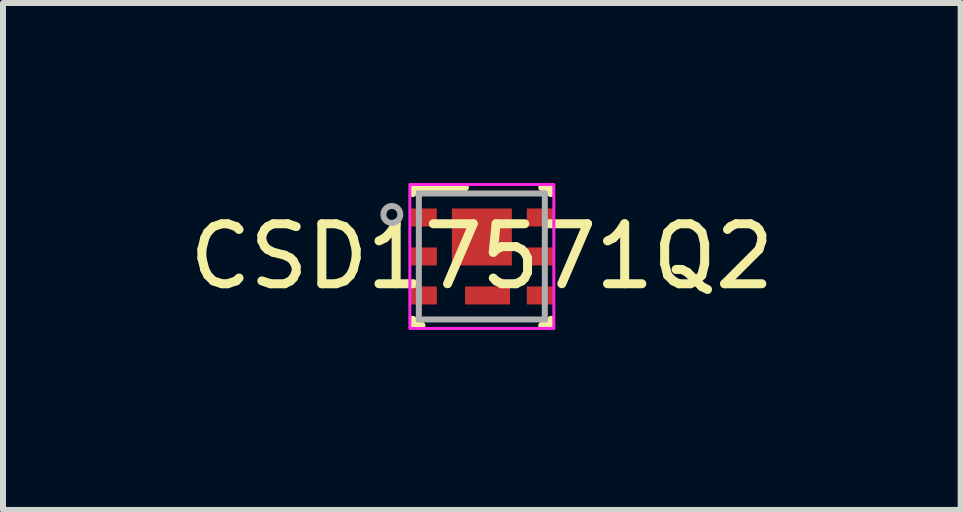
<source format=kicad_pcb>
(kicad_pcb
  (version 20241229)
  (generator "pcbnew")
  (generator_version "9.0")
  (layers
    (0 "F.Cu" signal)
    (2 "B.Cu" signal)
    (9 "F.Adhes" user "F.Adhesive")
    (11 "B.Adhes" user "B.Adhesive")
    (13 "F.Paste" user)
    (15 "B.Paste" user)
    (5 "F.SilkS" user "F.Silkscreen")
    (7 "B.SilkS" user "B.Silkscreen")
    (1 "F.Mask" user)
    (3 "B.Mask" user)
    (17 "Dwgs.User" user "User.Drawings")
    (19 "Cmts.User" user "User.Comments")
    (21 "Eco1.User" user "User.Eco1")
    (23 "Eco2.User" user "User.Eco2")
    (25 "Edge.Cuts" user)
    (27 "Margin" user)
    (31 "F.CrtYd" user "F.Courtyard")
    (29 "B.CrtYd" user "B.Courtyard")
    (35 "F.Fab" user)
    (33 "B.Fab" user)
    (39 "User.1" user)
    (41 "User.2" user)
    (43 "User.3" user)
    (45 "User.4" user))
  (footprint "CSD17571Q2"
    (layer "F.Cu")
    (at 4.982 1.225)
    (property "Reference" "CSD17571Q2" (at 0 0 0) (layer "F.SilkS") (effects (font (size 1 1) (thickness 0.15))))
    (attr through_hole)
    (fp_line (start -1.15 -1.15) (end -0.275 -1.15) (stroke (width 0.12) (type solid)) (layer "F.SilkS"))
    (fp_line (start -1.15 -1.05) (end -1.15 -1.15) (stroke (width 0.12) (type solid)) (layer "F.SilkS"))
    (fp_line (start -1.15 1.15) (end -1.15 1.05) (stroke (width 0.12) (type solid)) (layer "F.SilkS"))
    (fp_line (start -1.15 1.15) (end -1 1.15) (stroke (width 0.12) (type solid)) (layer "F.SilkS"))
    (fp_line (start 1 -1.15) (end 1.15 -1.15) (stroke (width 0.12) (type solid)) (layer "F.SilkS"))
    (fp_line (start 1 1.15) (end 1.15 1.15) (stroke (width 0.12) (type solid)) (layer "F.SilkS"))
    (fp_line (start 1.15 -1.05) (end 1.15 -1.15) (stroke (width 0.12) (type solid)) (layer "F.SilkS"))
    (fp_line (start 1.15 1.15) (end 1.15 1.05) (stroke (width 0.12) (type solid)) (layer "F.SilkS"))
    (fp_poly (pts (xy -0.45 0.053) (xy -0.45 -0.703) (xy -0.449 -0.713) (xy -0.446 -0.723) (xy -0.441 -0.732) (xy -0.435 -0.74) (xy -0.427 -0.746) (xy -0.418 -0.751) (xy -0.408 -0.754) (xy -0.398 -0.755) (xy 0.398 -0.755) (xy 0.408 -0.754) (xy 0.418 -0.751) (xy 0.427 -0.746) (xy 0.435 -0.74) (xy 0.441 -0.732) (xy 0.446 -0.723) (xy 0.449 -0.713) (xy 0.45 -0.703) (xy 0.45 0.053) (xy 0.449 0.063) (xy 0.446 0.073) (xy 0.441 0.082) (xy 0.435 0.09) (xy 0.427 0.096) (xy 0.418 0.101) (xy 0.408 0.104) (xy 0.398 0.105) (xy -0.398 0.105) (xy -0.408 0.104) (xy -0.418 0.101) (xy -0.427 0.096) (xy -0.435 0.09) (xy -0.441 0.082) (xy -0.446 0.073) (xy -0.449 0.063)) (stroke (width 0.1) (type solid)) (fill yes) (layer "F.Paste"))
    (fp_poly (pts (xy -0.255 0.746) (xy -0.255 0.554) (xy -0.254 0.545) (xy -0.251 0.535) (xy -0.247 0.527) (xy -0.241 0.519) (xy -0.233 0.513) (xy -0.225 0.509) (xy -0.215 0.506) (xy -0.206 0.505) (xy 0.396 0.505) (xy 0.405 0.506) (xy 0.415 0.509) (xy 0.423 0.513) (xy 0.431 0.519) (xy 0.437 0.527) (xy 0.441 0.535) (xy 0.444 0.545) (xy 0.445 0.554) (xy 0.445 0.746) (xy 0.444 0.755) (xy 0.441 0.765) (xy 0.437 0.773) (xy 0.431 0.781) (xy 0.423 0.787) (xy 0.415 0.791) (xy 0.405 0.794) (xy 0.396 0.795) (xy -0.206 0.795) (xy -0.215 0.794) (xy -0.225 0.791) (xy -0.233 0.787) (xy -0.241 0.781) (xy -0.247 0.773) (xy -0.251 0.765) (xy -0.254 0.755)) (stroke (width 0.1) (type solid)) (fill yes) (layer "F.Paste"))
    (fp_rect (start -1.2 -1.2) (end 1.2 1.2) (stroke (width 0.05) (type default)) (fill no) (layer "F.CrtYd"))
    (fp_line (start -1.05 -1.05) (end 1.05 -1.05) (stroke (width 0.1) (type solid)) (layer "F.Fab"))
    (fp_line (start -1.05 1.05) (end -1.05 -1.05) (stroke (width 0.1) (type solid)) (layer "F.Fab"))
    (fp_line (start -1.05 1.05) (end 1.05 1.05) (stroke (width 0.1) (type solid)) (layer "F.Fab"))
    (fp_line (start 1.05 1.05) (end 1.05 -1.05) (stroke (width 0.1) (type solid)) (layer "F.Fab"))
    (fp_circle (center -1.5 -0.7) (end -1.359 -0.7) (stroke (width 0.1) (type solid)) (fill no) (layer "F.Fab"))
    (pad "1" smd rect (at -0.975 -0.65) (size 0.45 0.3) (layers "F.Cu" "F.Mask" "F.Paste"))
    (pad "1" smd rect (at -0.975 0) (size 0.45 0.3) (layers "F.Cu" "F.Mask" "F.Paste"))
    (pad "1" smd rect (at 0 -0.325) (size 1 0.95) (layers "F.Cu" "F.Mask"))
    (pad "1" smd rect (at 0.975 -0.65) (size 0.45 0.3) (layers "F.Cu" "F.Mask" "F.Paste"))
    (pad "1" smd rect (at 0.975 0) (size 0.45 0.3) (layers "F.Cu" "F.Mask" "F.Paste"))
    (pad "2" smd rect (at -0.975 0.65) (size 0.45 0.3) (layers "F.Cu" "F.Mask" "F.Paste"))
    (pad "3" smd rect (at 0.095 0.65) (size 0.75 0.3) (layers "F.Cu" "F.Mask"))
    (pad "3" smd rect (at 0.975 0.65) (size 0.45 0.3) (layers "F.Cu" "F.Mask" "F.Paste")))
  (gr_rect
    (start -3 -3)
    (end 12.964 5.45)
    (stroke (width 0.1) (type default))
    (fill no)
    (layer "Edge.Cuts")))
</source>
